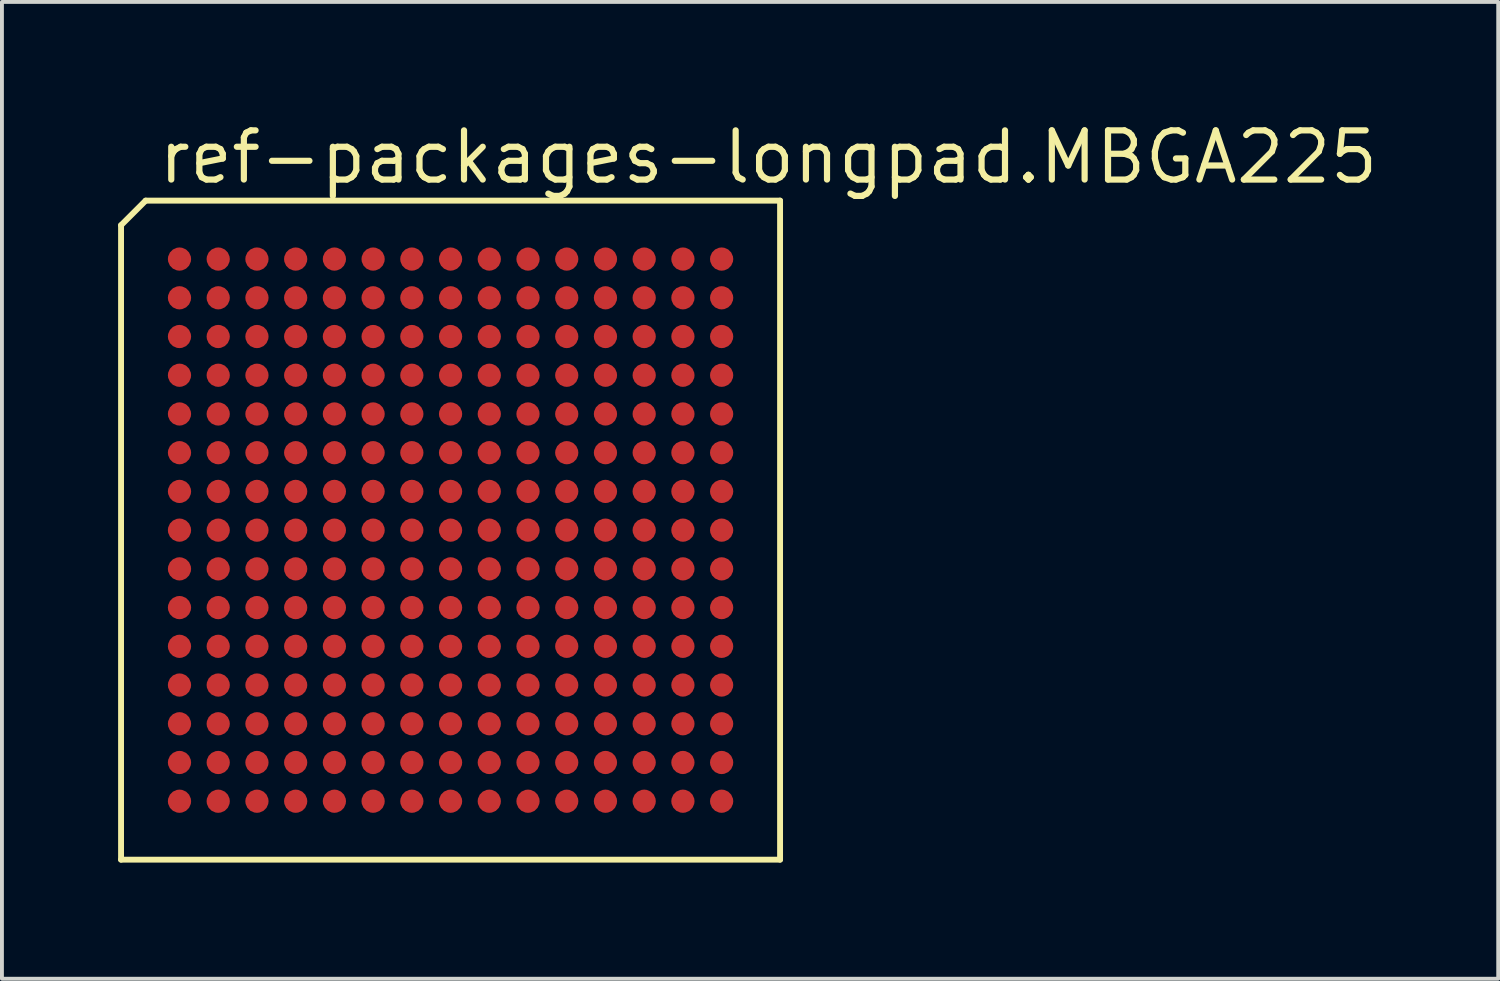
<source format=kicad_pcb>
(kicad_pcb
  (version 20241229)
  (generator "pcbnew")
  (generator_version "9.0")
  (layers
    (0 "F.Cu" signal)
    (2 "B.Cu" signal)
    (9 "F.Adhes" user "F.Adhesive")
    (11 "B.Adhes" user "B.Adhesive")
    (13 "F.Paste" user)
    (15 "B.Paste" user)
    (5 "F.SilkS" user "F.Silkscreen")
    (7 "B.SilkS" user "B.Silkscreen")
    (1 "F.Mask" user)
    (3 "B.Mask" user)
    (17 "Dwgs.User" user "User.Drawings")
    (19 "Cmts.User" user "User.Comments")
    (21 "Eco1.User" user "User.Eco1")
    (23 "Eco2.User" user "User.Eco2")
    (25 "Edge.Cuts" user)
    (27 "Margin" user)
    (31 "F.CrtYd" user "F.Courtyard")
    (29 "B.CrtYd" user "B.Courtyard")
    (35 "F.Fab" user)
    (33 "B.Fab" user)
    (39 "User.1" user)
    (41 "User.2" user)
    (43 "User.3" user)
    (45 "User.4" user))
  (footprint "ref-packages-longpad.MBGA225"
    (layer "F.Cu")
    (at 8.585 10.64)
    (property "Reference" "ref-packages-longpad.MBGA225" (at -7.62 -8.89 0) (layer "F.SilkS") (effects (font (size 1.27 1.27) (thickness 0.16)) (justify left bottom)))
    (attr smd)
    (fp_line (start -8.509 -7.874) (end -7.874 -8.509) (stroke (width 0.152) (type default)) (layer "F.SilkS"))
    (fp_line (start -8.509 8.509) (end -8.509 -7.874) (stroke (width 0.152) (type default)) (layer "F.SilkS"))
    (fp_line (start -7.874 -8.509) (end 8.509 -8.509) (stroke (width 0.152) (type default)) (layer "F.SilkS"))
    (fp_line (start 8.509 -8.509) (end 8.509 8.509) (stroke (width 0.152) (type default)) (layer "F.SilkS"))
    (fp_line (start 8.509 8.509) (end -8.509 8.509) (stroke (width 0.152) (type default)) (layer "F.SilkS"))
    (pad "A1" smd roundrect (at -7 -7) (size 0.6 0.6) (layers "F.Cu" "F.Mask" "F.Paste") (roundrect_rratio 0.5))
    (pad "A2" smd roundrect (at -6 -7) (size 0.6 0.6) (layers "F.Cu" "F.Mask" "F.Paste") (roundrect_rratio 0.5))
    (pad "A3" smd roundrect (at -5 -7) (size 0.6 0.6) (layers "F.Cu" "F.Mask" "F.Paste") (roundrect_rratio 0.5))
    (pad "A4" smd roundrect (at -4 -7) (size 0.6 0.6) (layers "F.Cu" "F.Mask" "F.Paste") (roundrect_rratio 0.5))
    (pad "A5" smd roundrect (at -3 -7) (size 0.6 0.6) (layers "F.Cu" "F.Mask" "F.Paste") (roundrect_rratio 0.5))
    (pad "A6" smd roundrect (at -2 -7) (size 0.6 0.6) (layers "F.Cu" "F.Mask" "F.Paste") (roundrect_rratio 0.5))
    (pad "A7" smd roundrect (at -1 -7) (size 0.6 0.6) (layers "F.Cu" "F.Mask" "F.Paste") (roundrect_rratio 0.5))
    (pad "A8" smd roundrect (at 0 -7) (size 0.6 0.6) (layers "F.Cu" "F.Mask" "F.Paste") (roundrect_rratio 0.5))
    (pad "A9" smd roundrect (at 1 -7) (size 0.6 0.6) (layers "F.Cu" "F.Mask" "F.Paste") (roundrect_rratio 0.5))
    (pad "A10" smd roundrect (at 2 -7) (size 0.6 0.6) (layers "F.Cu" "F.Mask" "F.Paste") (roundrect_rratio 0.5))
    (pad "A11" smd roundrect (at 3 -7) (size 0.6 0.6) (layers "F.Cu" "F.Mask" "F.Paste") (roundrect_rratio 0.5))
    (pad "A12" smd roundrect (at 4 -7) (size 0.6 0.6) (layers "F.Cu" "F.Mask" "F.Paste") (roundrect_rratio 0.5))
    (pad "A13" smd roundrect (at 5 -7) (size 0.6 0.6) (layers "F.Cu" "F.Mask" "F.Paste") (roundrect_rratio 0.5))
    (pad "A14" smd roundrect (at 6 -7) (size 0.6 0.6) (layers "F.Cu" "F.Mask" "F.Paste") (roundrect_rratio 0.5))
    (pad "A15" smd roundrect (at 7 -7) (size 0.6 0.6) (layers "F.Cu" "F.Mask" "F.Paste") (roundrect_rratio 0.5))
    (pad "B1" smd roundrect (at -7 -6) (size 0.6 0.6) (layers "F.Cu" "F.Mask" "F.Paste") (roundrect_rratio 0.5))
    (pad "B2" smd roundrect (at -6 -6) (size 0.6 0.6) (layers "F.Cu" "F.Mask" "F.Paste") (roundrect_rratio 0.5))
    (pad "B3" smd roundrect (at -5 -6) (size 0.6 0.6) (layers "F.Cu" "F.Mask" "F.Paste") (roundrect_rratio 0.5))
    (pad "B4" smd roundrect (at -4 -6) (size 0.6 0.6) (layers "F.Cu" "F.Mask" "F.Paste") (roundrect_rratio 0.5))
    (pad "B5" smd roundrect (at -3 -6) (size 0.6 0.6) (layers "F.Cu" "F.Mask" "F.Paste") (roundrect_rratio 0.5))
    (pad "B6" smd roundrect (at -2 -6) (size 0.6 0.6) (layers "F.Cu" "F.Mask" "F.Paste") (roundrect_rratio 0.5))
    (pad "B7" smd roundrect (at -1 -6) (size 0.6 0.6) (layers "F.Cu" "F.Mask" "F.Paste") (roundrect_rratio 0.5))
    (pad "B8" smd roundrect (at 0 -6) (size 0.6 0.6) (layers "F.Cu" "F.Mask" "F.Paste") (roundrect_rratio 0.5))
    (pad "B9" smd roundrect (at 1 -6) (size 0.6 0.6) (layers "F.Cu" "F.Mask" "F.Paste") (roundrect_rratio 0.5))
    (pad "B10" smd roundrect (at 2 -6) (size 0.6 0.6) (layers "F.Cu" "F.Mask" "F.Paste") (roundrect_rratio 0.5))
    (pad "B11" smd roundrect (at 3 -6) (size 0.6 0.6) (layers "F.Cu" "F.Mask" "F.Paste") (roundrect_rratio 0.5))
    (pad "B12" smd roundrect (at 4 -6) (size 0.6 0.6) (layers "F.Cu" "F.Mask" "F.Paste") (roundrect_rratio 0.5))
    (pad "B13" smd roundrect (at 5 -6) (size 0.6 0.6) (layers "F.Cu" "F.Mask" "F.Paste") (roundrect_rratio 0.5))
    (pad "B14" smd roundrect (at 6 -6) (size 0.6 0.6) (layers "F.Cu" "F.Mask" "F.Paste") (roundrect_rratio 0.5))
    (pad "B15" smd roundrect (at 7 -6) (size 0.6 0.6) (layers "F.Cu" "F.Mask" "F.Paste") (roundrect_rratio 0.5))
    (pad "C1" smd roundrect (at -7 -5) (size 0.6 0.6) (layers "F.Cu" "F.Mask" "F.Paste") (roundrect_rratio 0.5))
    (pad "C2" smd roundrect (at -6 -5) (size 0.6 0.6) (layers "F.Cu" "F.Mask" "F.Paste") (roundrect_rratio 0.5))
    (pad "C3" smd roundrect (at -5 -5) (size 0.6 0.6) (layers "F.Cu" "F.Mask" "F.Paste") (roundrect_rratio 0.5))
    (pad "C4" smd roundrect (at -4 -5) (size 0.6 0.6) (layers "F.Cu" "F.Mask" "F.Paste") (roundrect_rratio 0.5))
    (pad "C5" smd roundrect (at -3 -5) (size 0.6 0.6) (layers "F.Cu" "F.Mask" "F.Paste") (roundrect_rratio 0.5))
    (pad "C6" smd roundrect (at -2 -5) (size 0.6 0.6) (layers "F.Cu" "F.Mask" "F.Paste") (roundrect_rratio 0.5))
    (pad "C7" smd roundrect (at -1 -5) (size 0.6 0.6) (layers "F.Cu" "F.Mask" "F.Paste") (roundrect_rratio 0.5))
    (pad "C8" smd roundrect (at 0 -5) (size 0.6 0.6) (layers "F.Cu" "F.Mask" "F.Paste") (roundrect_rratio 0.5))
    (pad "C9" smd roundrect (at 1 -5) (size 0.6 0.6) (layers "F.Cu" "F.Mask" "F.Paste") (roundrect_rratio 0.5))
    (pad "C10" smd roundrect (at 2 -5) (size 0.6 0.6) (layers "F.Cu" "F.Mask" "F.Paste") (roundrect_rratio 0.5))
    (pad "C11" smd roundrect (at 3 -5) (size 0.6 0.6) (layers "F.Cu" "F.Mask" "F.Paste") (roundrect_rratio 0.5))
    (pad "C12" smd roundrect (at 4 -5) (size 0.6 0.6) (layers "F.Cu" "F.Mask" "F.Paste") (roundrect_rratio 0.5))
    (pad "C13" smd roundrect (at 5 -5) (size 0.6 0.6) (layers "F.Cu" "F.Mask" "F.Paste") (roundrect_rratio 0.5))
    (pad "C14" smd roundrect (at 6 -5) (size 0.6 0.6) (layers "F.Cu" "F.Mask" "F.Paste") (roundrect_rratio 0.5))
    (pad "C15" smd roundrect (at 7 -5) (size 0.6 0.6) (layers "F.Cu" "F.Mask" "F.Paste") (roundrect_rratio 0.5))
    (pad "D1" smd roundrect (at -7 -4) (size 0.6 0.6) (layers "F.Cu" "F.Mask" "F.Paste") (roundrect_rratio 0.5))
    (pad "D2" smd roundrect (at -6 -4) (size 0.6 0.6) (layers "F.Cu" "F.Mask" "F.Paste") (roundrect_rratio 0.5))
    (pad "D3" smd roundrect (at -5 -4) (size 0.6 0.6) (layers "F.Cu" "F.Mask" "F.Paste") (roundrect_rratio 0.5))
    (pad "D4" smd roundrect (at -4 -4) (size 0.6 0.6) (layers "F.Cu" "F.Mask" "F.Paste") (roundrect_rratio 0.5))
    (pad "D5" smd roundrect (at -3 -4) (size 0.6 0.6) (layers "F.Cu" "F.Mask" "F.Paste") (roundrect_rratio 0.5))
    (pad "D6" smd roundrect (at -2 -4) (size 0.6 0.6) (layers "F.Cu" "F.Mask" "F.Paste") (roundrect_rratio 0.5))
    (pad "D7" smd roundrect (at -1 -4) (size 0.6 0.6) (layers "F.Cu" "F.Mask" "F.Paste") (roundrect_rratio 0.5))
    (pad "D8" smd roundrect (at 0 -4) (size 0.6 0.6) (layers "F.Cu" "F.Mask" "F.Paste") (roundrect_rratio 0.5))
    (pad "D9" smd roundrect (at 1 -4) (size 0.6 0.6) (layers "F.Cu" "F.Mask" "F.Paste") (roundrect_rratio 0.5))
    (pad "D10" smd roundrect (at 2 -4) (size 0.6 0.6) (layers "F.Cu" "F.Mask" "F.Paste") (roundrect_rratio 0.5))
    (pad "D11" smd roundrect (at 3 -4) (size 0.6 0.6) (layers "F.Cu" "F.Mask" "F.Paste") (roundrect_rratio 0.5))
    (pad "D12" smd roundrect (at 4 -4) (size 0.6 0.6) (layers "F.Cu" "F.Mask" "F.Paste") (roundrect_rratio 0.5))
    (pad "D13" smd roundrect (at 5 -4) (size 0.6 0.6) (layers "F.Cu" "F.Mask" "F.Paste") (roundrect_rratio 0.5))
    (pad "D14" smd roundrect (at 6 -4) (size 0.6 0.6) (layers "F.Cu" "F.Mask" "F.Paste") (roundrect_rratio 0.5))
    (pad "D15" smd roundrect (at 7 -4) (size 0.6 0.6) (layers "F.Cu" "F.Mask" "F.Paste") (roundrect_rratio 0.5))
    (pad "E1" smd roundrect (at -7 -3) (size 0.6 0.6) (layers "F.Cu" "F.Mask" "F.Paste") (roundrect_rratio 0.5))
    (pad "E2" smd roundrect (at -6 -3) (size 0.6 0.6) (layers "F.Cu" "F.Mask" "F.Paste") (roundrect_rratio 0.5))
    (pad "E3" smd roundrect (at -5 -3) (size 0.6 0.6) (layers "F.Cu" "F.Mask" "F.Paste") (roundrect_rratio 0.5))
    (pad "E4" smd roundrect (at -4 -3) (size 0.6 0.6) (layers "F.Cu" "F.Mask" "F.Paste") (roundrect_rratio 0.5))
    (pad "E5" smd roundrect (at -3 -3) (size 0.6 0.6) (layers "F.Cu" "F.Mask" "F.Paste") (roundrect_rratio 0.5))
    (pad "E6" smd roundrect (at -2 -3) (size 0.6 0.6) (layers "F.Cu" "F.Mask" "F.Paste") (roundrect_rratio 0.5))
    (pad "E7" smd roundrect (at -1 -3) (size 0.6 0.6) (layers "F.Cu" "F.Mask" "F.Paste") (roundrect_rratio 0.5))
    (pad "E8" smd roundrect (at 0 -3) (size 0.6 0.6) (layers "F.Cu" "F.Mask" "F.Paste") (roundrect_rratio 0.5))
    (pad "E9" smd roundrect (at 1 -3) (size 0.6 0.6) (layers "F.Cu" "F.Mask" "F.Paste") (roundrect_rratio 0.5))
    (pad "E10" smd roundrect (at 2 -3) (size 0.6 0.6) (layers "F.Cu" "F.Mask" "F.Paste") (roundrect_rratio 0.5))
    (pad "E11" smd roundrect (at 3 -3) (size 0.6 0.6) (layers "F.Cu" "F.Mask" "F.Paste") (roundrect_rratio 0.5))
    (pad "E12" smd roundrect (at 4 -3) (size 0.6 0.6) (layers "F.Cu" "F.Mask" "F.Paste") (roundrect_rratio 0.5))
    (pad "E13" smd roundrect (at 5 -3) (size 0.6 0.6) (layers "F.Cu" "F.Mask" "F.Paste") (roundrect_rratio 0.5))
    (pad "E14" smd roundrect (at 6 -3) (size 0.6 0.6) (layers "F.Cu" "F.Mask" "F.Paste") (roundrect_rratio 0.5))
    (pad "E15" smd roundrect (at 7 -3) (size 0.6 0.6) (layers "F.Cu" "F.Mask" "F.Paste") (roundrect_rratio 0.5))
    (pad "F1" smd roundrect (at -7 -2) (size 0.6 0.6) (layers "F.Cu" "F.Mask" "F.Paste") (roundrect_rratio 0.5))
    (pad "F2" smd roundrect (at -6 -2) (size 0.6 0.6) (layers "F.Cu" "F.Mask" "F.Paste") (roundrect_rratio 0.5))
    (pad "F3" smd roundrect (at -5 -2) (size 0.6 0.6) (layers "F.Cu" "F.Mask" "F.Paste") (roundrect_rratio 0.5))
    (pad "F4" smd roundrect (at -4 -2) (size 0.6 0.6) (layers "F.Cu" "F.Mask" "F.Paste") (roundrect_rratio 0.5))
    (pad "F5" smd roundrect (at -3 -2) (size 0.6 0.6) (layers "F.Cu" "F.Mask" "F.Paste") (roundrect_rratio 0.5))
    (pad "F6" smd roundrect (at -2 -2) (size 0.6 0.6) (layers "F.Cu" "F.Mask" "F.Paste") (roundrect_rratio 0.5))
    (pad "F7" smd roundrect (at -1 -2) (size 0.6 0.6) (layers "F.Cu" "F.Mask" "F.Paste") (roundrect_rratio 0.5))
    (pad "F8" smd roundrect (at 0 -2) (size 0.6 0.6) (layers "F.Cu" "F.Mask" "F.Paste") (roundrect_rratio 0.5))
    (pad "F9" smd roundrect (at 1 -2) (size 0.6 0.6) (layers "F.Cu" "F.Mask" "F.Paste") (roundrect_rratio 0.5))
    (pad "F10" smd roundrect (at 2 -2) (size 0.6 0.6) (layers "F.Cu" "F.Mask" "F.Paste") (roundrect_rratio 0.5))
    (pad "F11" smd roundrect (at 3 -2) (size 0.6 0.6) (layers "F.Cu" "F.Mask" "F.Paste") (roundrect_rratio 0.5))
    (pad "F12" smd roundrect (at 4 -2) (size 0.6 0.6) (layers "F.Cu" "F.Mask" "F.Paste") (roundrect_rratio 0.5))
    (pad "F13" smd roundrect (at 5 -2) (size 0.6 0.6) (layers "F.Cu" "F.Mask" "F.Paste") (roundrect_rratio 0.5))
    (pad "F14" smd roundrect (at 6 -2) (size 0.6 0.6) (layers "F.Cu" "F.Mask" "F.Paste") (roundrect_rratio 0.5))
    (pad "F15" smd roundrect (at 7 -2) (size 0.6 0.6) (layers "F.Cu" "F.Mask" "F.Paste") (roundrect_rratio 0.5))
    (pad "G1" smd roundrect (at -7 -1) (size 0.6 0.6) (layers "F.Cu" "F.Mask" "F.Paste") (roundrect_rratio 0.5))
    (pad "G2" smd roundrect (at -6 -1) (size 0.6 0.6) (layers "F.Cu" "F.Mask" "F.Paste") (roundrect_rratio 0.5))
    (pad "G3" smd roundrect (at -5 -1) (size 0.6 0.6) (layers "F.Cu" "F.Mask" "F.Paste") (roundrect_rratio 0.5))
    (pad "G4" smd roundrect (at -4 -1) (size 0.6 0.6) (layers "F.Cu" "F.Mask" "F.Paste") (roundrect_rratio 0.5))
    (pad "G5" smd roundrect (at -3 -1) (size 0.6 0.6) (layers "F.Cu" "F.Mask" "F.Paste") (roundrect_rratio 0.5))
    (pad "G6" smd roundrect (at -2 -1) (size 0.6 0.6) (layers "F.Cu" "F.Mask" "F.Paste") (roundrect_rratio 0.5))
    (pad "G7" smd roundrect (at -1 -1) (size 0.6 0.6) (layers "F.Cu" "F.Mask" "F.Paste") (roundrect_rratio 0.5))
    (pad "G8" smd roundrect (at 0 -1) (size 0.6 0.6) (layers "F.Cu" "F.Mask" "F.Paste") (roundrect_rratio 0.5))
    (pad "G9" smd roundrect (at 1 -1) (size 0.6 0.6) (layers "F.Cu" "F.Mask" "F.Paste") (roundrect_rratio 0.5))
    (pad "G10" smd roundrect (at 2 -1) (size 0.6 0.6) (layers "F.Cu" "F.Mask" "F.Paste") (roundrect_rratio 0.5))
    (pad "G11" smd roundrect (at 3 -1) (size 0.6 0.6) (layers "F.Cu" "F.Mask" "F.Paste") (roundrect_rratio 0.5))
    (pad "G12" smd roundrect (at 4 -1) (size 0.6 0.6) (layers "F.Cu" "F.Mask" "F.Paste") (roundrect_rratio 0.5))
    (pad "G13" smd roundrect (at 5 -1) (size 0.6 0.6) (layers "F.Cu" "F.Mask" "F.Paste") (roundrect_rratio 0.5))
    (pad "G14" smd roundrect (at 6 -1) (size 0.6 0.6) (layers "F.Cu" "F.Mask" "F.Paste") (roundrect_rratio 0.5))
    (pad "G15" smd roundrect (at 7 -1) (size 0.6 0.6) (layers "F.Cu" "F.Mask" "F.Paste") (roundrect_rratio 0.5))
    (pad "H1" smd roundrect (at -7 0) (size 0.6 0.6) (layers "F.Cu" "F.Mask" "F.Paste") (roundrect_rratio 0.5))
    (pad "H2" smd roundrect (at -6 0) (size 0.6 0.6) (layers "F.Cu" "F.Mask" "F.Paste") (roundrect_rratio 0.5))
    (pad "H3" smd roundrect (at -5 0) (size 0.6 0.6) (layers "F.Cu" "F.Mask" "F.Paste") (roundrect_rratio 0.5))
    (pad "H4" smd roundrect (at -4 0) (size 0.6 0.6) (layers "F.Cu" "F.Mask" "F.Paste") (roundrect_rratio 0.5))
    (pad "H5" smd roundrect (at -3 0) (size 0.6 0.6) (layers "F.Cu" "F.Mask" "F.Paste") (roundrect_rratio 0.5))
    (pad "H6" smd roundrect (at -2 0) (size 0.6 0.6) (layers "F.Cu" "F.Mask" "F.Paste") (roundrect_rratio 0.5))
    (pad "H7" smd roundrect (at -1 0) (size 0.6 0.6) (layers "F.Cu" "F.Mask" "F.Paste") (roundrect_rratio 0.5))
    (pad "H8" smd roundrect (at 0 0) (size 0.6 0.6) (layers "F.Cu" "F.Mask" "F.Paste") (roundrect_rratio 0.5))
    (pad "H9" smd roundrect (at 1 0) (size 0.6 0.6) (layers "F.Cu" "F.Mask" "F.Paste") (roundrect_rratio 0.5))
    (pad "H10" smd roundrect (at 2 0) (size 0.6 0.6) (layers "F.Cu" "F.Mask" "F.Paste") (roundrect_rratio 0.5))
    (pad "H11" smd roundrect (at 3 0) (size 0.6 0.6) (layers "F.Cu" "F.Mask" "F.Paste") (roundrect_rratio 0.5))
    (pad "H12" smd roundrect (at 4 0) (size 0.6 0.6) (layers "F.Cu" "F.Mask" "F.Paste") (roundrect_rratio 0.5))
    (pad "H13" smd roundrect (at 5 0) (size 0.6 0.6) (layers "F.Cu" "F.Mask" "F.Paste") (roundrect_rratio 0.5))
    (pad "H14" smd roundrect (at 6 0) (size 0.6 0.6) (layers "F.Cu" "F.Mask" "F.Paste") (roundrect_rratio 0.5))
    (pad "H15" smd roundrect (at 7 0) (size 0.6 0.6) (layers "F.Cu" "F.Mask" "F.Paste") (roundrect_rratio 0.5))
    (pad "J1" smd roundrect (at -7 1) (size 0.6 0.6) (layers "F.Cu" "F.Mask" "F.Paste") (roundrect_rratio 0.5))
    (pad "J2" smd roundrect (at -6 1) (size 0.6 0.6) (layers "F.Cu" "F.Mask" "F.Paste") (roundrect_rratio 0.5))
    (pad "J3" smd roundrect (at -5 1) (size 0.6 0.6) (layers "F.Cu" "F.Mask" "F.Paste") (roundrect_rratio 0.5))
    (pad "J4" smd roundrect (at -4 1) (size 0.6 0.6) (layers "F.Cu" "F.Mask" "F.Paste") (roundrect_rratio 0.5))
    (pad "J5" smd roundrect (at -3 1) (size 0.6 0.6) (layers "F.Cu" "F.Mask" "F.Paste") (roundrect_rratio 0.5))
    (pad "J6" smd roundrect (at -2 1) (size 0.6 0.6) (layers "F.Cu" "F.Mask" "F.Paste") (roundrect_rratio 0.5))
    (pad "J7" smd roundrect (at -1 1) (size 0.6 0.6) (layers "F.Cu" "F.Mask" "F.Paste") (roundrect_rratio 0.5))
    (pad "J8" smd roundrect (at 0 1) (size 0.6 0.6) (layers "F.Cu" "F.Mask" "F.Paste") (roundrect_rratio 0.5))
    (pad "J9" smd roundrect (at 1 1) (size 0.6 0.6) (layers "F.Cu" "F.Mask" "F.Paste") (roundrect_rratio 0.5))
    (pad "J10" smd roundrect (at 2 1) (size 0.6 0.6) (layers "F.Cu" "F.Mask" "F.Paste") (roundrect_rratio 0.5))
    (pad "J11" smd roundrect (at 3 1) (size 0.6 0.6) (layers "F.Cu" "F.Mask" "F.Paste") (roundrect_rratio 0.5))
    (pad "J12" smd roundrect (at 4 1) (size 0.6 0.6) (layers "F.Cu" "F.Mask" "F.Paste") (roundrect_rratio 0.5))
    (pad "J13" smd roundrect (at 5 1) (size 0.6 0.6) (layers "F.Cu" "F.Mask" "F.Paste") (roundrect_rratio 0.5))
    (pad "J14" smd roundrect (at 6 1) (size 0.6 0.6) (layers "F.Cu" "F.Mask" "F.Paste") (roundrect_rratio 0.5))
    (pad "J15" smd roundrect (at 7 1) (size 0.6 0.6) (layers "F.Cu" "F.Mask" "F.Paste") (roundrect_rratio 0.5))
    (pad "K1" smd roundrect (at -7 2) (size 0.6 0.6) (layers "F.Cu" "F.Mask" "F.Paste") (roundrect_rratio 0.5))
    (pad "K2" smd roundrect (at -6 2) (size 0.6 0.6) (layers "F.Cu" "F.Mask" "F.Paste") (roundrect_rratio 0.5))
    (pad "K3" smd roundrect (at -5 2) (size 0.6 0.6) (layers "F.Cu" "F.Mask" "F.Paste") (roundrect_rratio 0.5))
    (pad "K4" smd roundrect (at -4 2) (size 0.6 0.6) (layers "F.Cu" "F.Mask" "F.Paste") (roundrect_rratio 0.5))
    (pad "K5" smd roundrect (at -3 2) (size 0.6 0.6) (layers "F.Cu" "F.Mask" "F.Paste") (roundrect_rratio 0.5))
    (pad "K6" smd roundrect (at -2 2) (size 0.6 0.6) (layers "F.Cu" "F.Mask" "F.Paste") (roundrect_rratio 0.5))
    (pad "K7" smd roundrect (at -1 2) (size 0.6 0.6) (layers "F.Cu" "F.Mask" "F.Paste") (roundrect_rratio 0.5))
    (pad "K8" smd roundrect (at 0 2) (size 0.6 0.6) (layers "F.Cu" "F.Mask" "F.Paste") (roundrect_rratio 0.5))
    (pad "K9" smd roundrect (at 1 2) (size 0.6 0.6) (layers "F.Cu" "F.Mask" "F.Paste") (roundrect_rratio 0.5))
    (pad "K10" smd roundrect (at 2 2) (size 0.6 0.6) (layers "F.Cu" "F.Mask" "F.Paste") (roundrect_rratio 0.5))
    (pad "K11" smd roundrect (at 3 2) (size 0.6 0.6) (layers "F.Cu" "F.Mask" "F.Paste") (roundrect_rratio 0.5))
    (pad "K12" smd roundrect (at 4 2) (size 0.6 0.6) (layers "F.Cu" "F.Mask" "F.Paste") (roundrect_rratio 0.5))
    (pad "K13" smd roundrect (at 5 2) (size 0.6 0.6) (layers "F.Cu" "F.Mask" "F.Paste") (roundrect_rratio 0.5))
    (pad "K14" smd roundrect (at 6 2) (size 0.6 0.6) (layers "F.Cu" "F.Mask" "F.Paste") (roundrect_rratio 0.5))
    (pad "K15" smd roundrect (at 7 2) (size 0.6 0.6) (layers "F.Cu" "F.Mask" "F.Paste") (roundrect_rratio 0.5))
    (pad "L1" smd roundrect (at -7 3) (size 0.6 0.6) (layers "F.Cu" "F.Mask" "F.Paste") (roundrect_rratio 0.5))
    (pad "L2" smd roundrect (at -6 3) (size 0.6 0.6) (layers "F.Cu" "F.Mask" "F.Paste") (roundrect_rratio 0.5))
    (pad "L3" smd roundrect (at -5 3) (size 0.6 0.6) (layers "F.Cu" "F.Mask" "F.Paste") (roundrect_rratio 0.5))
    (pad "L4" smd roundrect (at -4 3) (size 0.6 0.6) (layers "F.Cu" "F.Mask" "F.Paste") (roundrect_rratio 0.5))
    (pad "L5" smd roundrect (at -3 3) (size 0.6 0.6) (layers "F.Cu" "F.Mask" "F.Paste") (roundrect_rratio 0.5))
    (pad "L6" smd roundrect (at -2 3) (size 0.6 0.6) (layers "F.Cu" "F.Mask" "F.Paste") (roundrect_rratio 0.5))
    (pad "L7" smd roundrect (at -1 3) (size 0.6 0.6) (layers "F.Cu" "F.Mask" "F.Paste") (roundrect_rratio 0.5))
    (pad "L8" smd roundrect (at 0 3) (size 0.6 0.6) (layers "F.Cu" "F.Mask" "F.Paste") (roundrect_rratio 0.5))
    (pad "L9" smd roundrect (at 1 3) (size 0.6 0.6) (layers "F.Cu" "F.Mask" "F.Paste") (roundrect_rratio 0.5))
    (pad "L10" smd roundrect (at 2 3) (size 0.6 0.6) (layers "F.Cu" "F.Mask" "F.Paste") (roundrect_rratio 0.5))
    (pad "L11" smd roundrect (at 3 3) (size 0.6 0.6) (layers "F.Cu" "F.Mask" "F.Paste") (roundrect_rratio 0.5))
    (pad "L12" smd roundrect (at 4 3) (size 0.6 0.6) (layers "F.Cu" "F.Mask" "F.Paste") (roundrect_rratio 0.5))
    (pad "L13" smd roundrect (at 5 3) (size 0.6 0.6) (layers "F.Cu" "F.Mask" "F.Paste") (roundrect_rratio 0.5))
    (pad "L14" smd roundrect (at 6 3) (size 0.6 0.6) (layers "F.Cu" "F.Mask" "F.Paste") (roundrect_rratio 0.5))
    (pad "L15" smd roundrect (at 7 3) (size 0.6 0.6) (layers "F.Cu" "F.Mask" "F.Paste") (roundrect_rratio 0.5))
    (pad "M1" smd roundrect (at -7 4) (size 0.6 0.6) (layers "F.Cu" "F.Mask" "F.Paste") (roundrect_rratio 0.5))
    (pad "M2" smd roundrect (at -6 4) (size 0.6 0.6) (layers "F.Cu" "F.Mask" "F.Paste") (roundrect_rratio 0.5))
    (pad "M3" smd roundrect (at -5 4) (size 0.6 0.6) (layers "F.Cu" "F.Mask" "F.Paste") (roundrect_rratio 0.5))
    (pad "M4" smd roundrect (at -4 4) (size 0.6 0.6) (layers "F.Cu" "F.Mask" "F.Paste") (roundrect_rratio 0.5))
    (pad "M5" smd roundrect (at -3 4) (size 0.6 0.6) (layers "F.Cu" "F.Mask" "F.Paste") (roundrect_rratio 0.5))
    (pad "M6" smd roundrect (at -2 4) (size 0.6 0.6) (layers "F.Cu" "F.Mask" "F.Paste") (roundrect_rratio 0.5))
    (pad "M7" smd roundrect (at -1 4) (size 0.6 0.6) (layers "F.Cu" "F.Mask" "F.Paste") (roundrect_rratio 0.5))
    (pad "M8" smd roundrect (at 0 4) (size 0.6 0.6) (layers "F.Cu" "F.Mask" "F.Paste") (roundrect_rratio 0.5))
    (pad "M9" smd roundrect (at 1 4) (size 0.6 0.6) (layers "F.Cu" "F.Mask" "F.Paste") (roundrect_rratio 0.5))
    (pad "M10" smd roundrect (at 2 4) (size 0.6 0.6) (layers "F.Cu" "F.Mask" "F.Paste") (roundrect_rratio 0.5))
    (pad "M11" smd roundrect (at 3 4) (size 0.6 0.6) (layers "F.Cu" "F.Mask" "F.Paste") (roundrect_rratio 0.5))
    (pad "M12" smd roundrect (at 4 4) (size 0.6 0.6) (layers "F.Cu" "F.Mask" "F.Paste") (roundrect_rratio 0.5))
    (pad "M13" smd roundrect (at 5 4) (size 0.6 0.6) (layers "F.Cu" "F.Mask" "F.Paste") (roundrect_rratio 0.5))
    (pad "M14" smd roundrect (at 6 4) (size 0.6 0.6) (layers "F.Cu" "F.Mask" "F.Paste") (roundrect_rratio 0.5))
    (pad "M15" smd roundrect (at 7 4) (size 0.6 0.6) (layers "F.Cu" "F.Mask" "F.Paste") (roundrect_rratio 0.5))
    (pad "N1" smd roundrect (at -7 5) (size 0.6 0.6) (layers "F.Cu" "F.Mask" "F.Paste") (roundrect_rratio 0.5))
    (pad "N2" smd roundrect (at -6 5) (size 0.6 0.6) (layers "F.Cu" "F.Mask" "F.Paste") (roundrect_rratio 0.5))
    (pad "N3" smd roundrect (at -5 5) (size 0.6 0.6) (layers "F.Cu" "F.Mask" "F.Paste") (roundrect_rratio 0.5))
    (pad "N4" smd roundrect (at -4 5) (size 0.6 0.6) (layers "F.Cu" "F.Mask" "F.Paste") (roundrect_rratio 0.5))
    (pad "N5" smd roundrect (at -3 5) (size 0.6 0.6) (layers "F.Cu" "F.Mask" "F.Paste") (roundrect_rratio 0.5))
    (pad "N6" smd roundrect (at -2 5) (size 0.6 0.6) (layers "F.Cu" "F.Mask" "F.Paste") (roundrect_rratio 0.5))
    (pad "N7" smd roundrect (at -1 5) (size 0.6 0.6) (layers "F.Cu" "F.Mask" "F.Paste") (roundrect_rratio 0.5))
    (pad "N8" smd roundrect (at 0 5) (size 0.6 0.6) (layers "F.Cu" "F.Mask" "F.Paste") (roundrect_rratio 0.5))
    (pad "N9" smd roundrect (at 1 5) (size 0.6 0.6) (layers "F.Cu" "F.Mask" "F.Paste") (roundrect_rratio 0.5))
    (pad "N10" smd roundrect (at 2 5) (size 0.6 0.6) (layers "F.Cu" "F.Mask" "F.Paste") (roundrect_rratio 0.5))
    (pad "N11" smd roundrect (at 3 5) (size 0.6 0.6) (layers "F.Cu" "F.Mask" "F.Paste") (roundrect_rratio 0.5))
    (pad "N12" smd roundrect (at 4 5) (size 0.6 0.6) (layers "F.Cu" "F.Mask" "F.Paste") (roundrect_rratio 0.5))
    (pad "N13" smd roundrect (at 5 5) (size 0.6 0.6) (layers "F.Cu" "F.Mask" "F.Paste") (roundrect_rratio 0.5))
    (pad "N14" smd roundrect (at 6 5) (size 0.6 0.6) (layers "F.Cu" "F.Mask" "F.Paste") (roundrect_rratio 0.5))
    (pad "N15" smd roundrect (at 7 5) (size 0.6 0.6) (layers "F.Cu" "F.Mask" "F.Paste") (roundrect_rratio 0.5))
    (pad "P1" smd roundrect (at -7 6) (size 0.6 0.6) (layers "F.Cu" "F.Mask" "F.Paste") (roundrect_rratio 0.5))
    (pad "P2" smd roundrect (at -6 6) (size 0.6 0.6) (layers "F.Cu" "F.Mask" "F.Paste") (roundrect_rratio 0.5))
    (pad "P3" smd roundrect (at -5 6) (size 0.6 0.6) (layers "F.Cu" "F.Mask" "F.Paste") (roundrect_rratio 0.5))
    (pad "P4" smd roundrect (at -4 6) (size 0.6 0.6) (layers "F.Cu" "F.Mask" "F.Paste") (roundrect_rratio 0.5))
    (pad "P5" smd roundrect (at -3 6) (size 0.6 0.6) (layers "F.Cu" "F.Mask" "F.Paste") (roundrect_rratio 0.5))
    (pad "P6" smd roundrect (at -2 6) (size 0.6 0.6) (layers "F.Cu" "F.Mask" "F.Paste") (roundrect_rratio 0.5))
    (pad "P7" smd roundrect (at -1 6) (size 0.6 0.6) (layers "F.Cu" "F.Mask" "F.Paste") (roundrect_rratio 0.5))
    (pad "P8" smd roundrect (at 0 6) (size 0.6 0.6) (layers "F.Cu" "F.Mask" "F.Paste") (roundrect_rratio 0.5))
    (pad "P9" smd roundrect (at 1 6) (size 0.6 0.6) (layers "F.Cu" "F.Mask" "F.Paste") (roundrect_rratio 0.5))
    (pad "P10" smd roundrect (at 2 6) (size 0.6 0.6) (layers "F.Cu" "F.Mask" "F.Paste") (roundrect_rratio 0.5))
    (pad "P11" smd roundrect (at 3 6) (size 0.6 0.6) (layers "F.Cu" "F.Mask" "F.Paste") (roundrect_rratio 0.5))
    (pad "P12" smd roundrect (at 4 6) (size 0.6 0.6) (layers "F.Cu" "F.Mask" "F.Paste") (roundrect_rratio 0.5))
    (pad "P13" smd roundrect (at 5 6) (size 0.6 0.6) (layers "F.Cu" "F.Mask" "F.Paste") (roundrect_rratio 0.5))
    (pad "P14" smd roundrect (at 6 6) (size 0.6 0.6) (layers "F.Cu" "F.Mask" "F.Paste") (roundrect_rratio 0.5))
    (pad "P15" smd roundrect (at 7 6) (size 0.6 0.6) (layers "F.Cu" "F.Mask" "F.Paste") (roundrect_rratio 0.5))
    (pad "R1" smd roundrect (at -7 7) (size 0.6 0.6) (layers "F.Cu" "F.Mask" "F.Paste") (roundrect_rratio 0.5))
    (pad "R2" smd roundrect (at -6 7) (size 0.6 0.6) (layers "F.Cu" "F.Mask" "F.Paste") (roundrect_rratio 0.5))
    (pad "R3" smd roundrect (at -5 7) (size 0.6 0.6) (layers "F.Cu" "F.Mask" "F.Paste") (roundrect_rratio 0.5))
    (pad "R4" smd roundrect (at -4 7) (size 0.6 0.6) (layers "F.Cu" "F.Mask" "F.Paste") (roundrect_rratio 0.5))
    (pad "R5" smd roundrect (at -3 7) (size 0.6 0.6) (layers "F.Cu" "F.Mask" "F.Paste") (roundrect_rratio 0.5))
    (pad "R6" smd roundrect (at -2 7) (size 0.6 0.6) (layers "F.Cu" "F.Mask" "F.Paste") (roundrect_rratio 0.5))
    (pad "R7" smd roundrect (at -1 7) (size 0.6 0.6) (layers "F.Cu" "F.Mask" "F.Paste") (roundrect_rratio 0.5))
    (pad "R8" smd roundrect (at 0 7) (size 0.6 0.6) (layers "F.Cu" "F.Mask" "F.Paste") (roundrect_rratio 0.5))
    (pad "R9" smd roundrect (at 1 7) (size 0.6 0.6) (layers "F.Cu" "F.Mask" "F.Paste") (roundrect_rratio 0.5))
    (pad "R10" smd roundrect (at 2 7) (size 0.6 0.6) (layers "F.Cu" "F.Mask" "F.Paste") (roundrect_rratio 0.5))
    (pad "R11" smd roundrect (at 3 7) (size 0.6 0.6) (layers "F.Cu" "F.Mask" "F.Paste") (roundrect_rratio 0.5))
    (pad "R12" smd roundrect (at 4 7) (size 0.6 0.6) (layers "F.Cu" "F.Mask" "F.Paste") (roundrect_rratio 0.5))
    (pad "R13" smd roundrect (at 5 7) (size 0.6 0.6) (layers "F.Cu" "F.Mask" "F.Paste") (roundrect_rratio 0.5))
    (pad "R14" smd roundrect (at 6 7) (size 0.6 0.6) (layers "F.Cu" "F.Mask" "F.Paste") (roundrect_rratio 0.5))
    (pad "R15" smd roundrect (at 7 7) (size 0.6 0.6) (layers "F.Cu" "F.Mask" "F.Paste") (roundrect_rratio 0.5)))
  (gr_rect
    (start -3 -3)
    (end 35.639 22.225)
    (stroke (width 0.1) (type default))
    (fill no)
    (layer "Edge.Cuts")))
</source>
